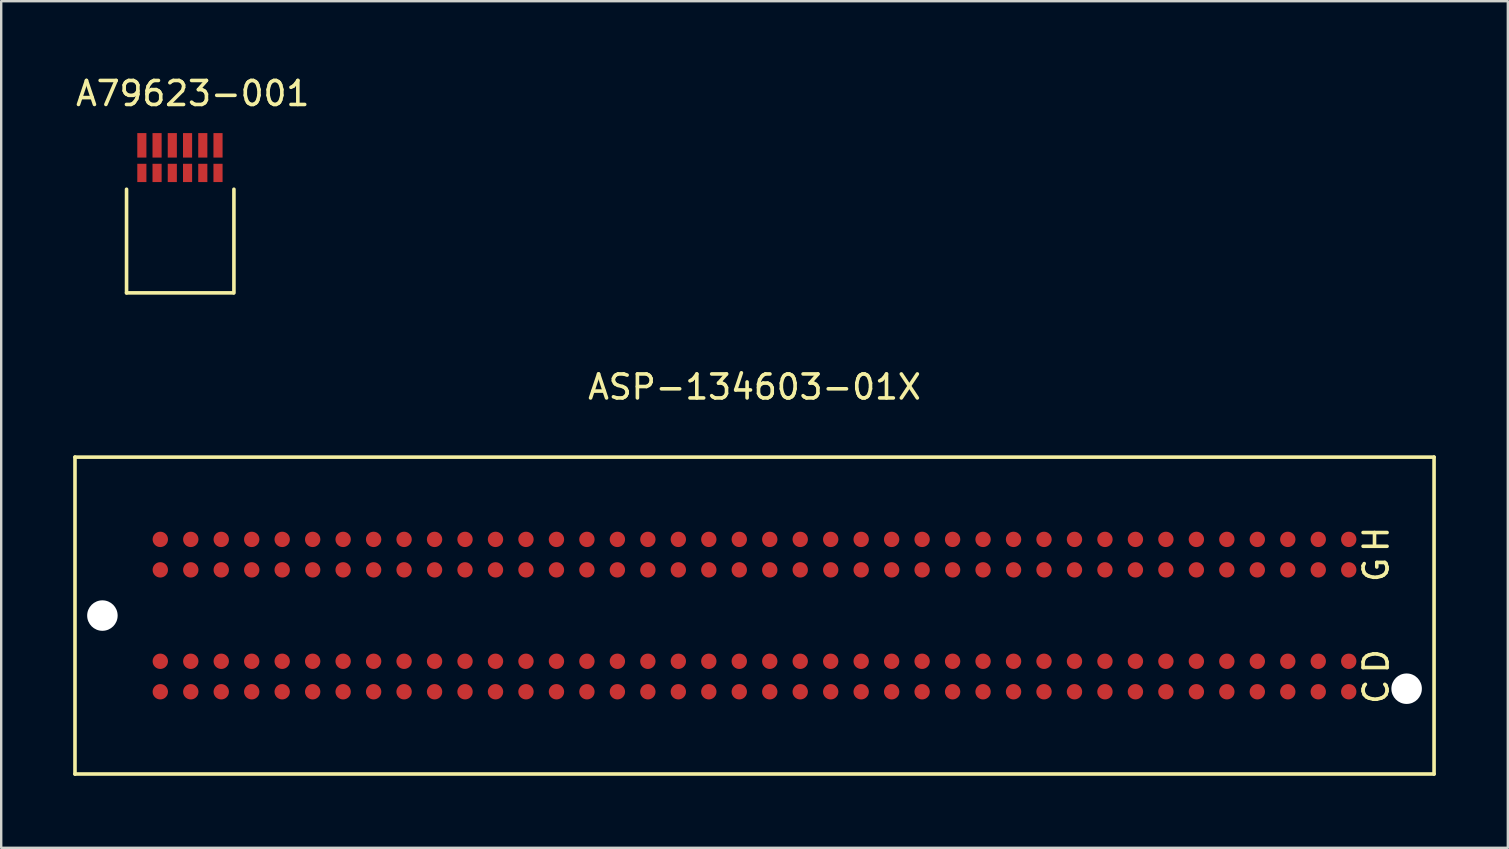
<source format=kicad_pcb>
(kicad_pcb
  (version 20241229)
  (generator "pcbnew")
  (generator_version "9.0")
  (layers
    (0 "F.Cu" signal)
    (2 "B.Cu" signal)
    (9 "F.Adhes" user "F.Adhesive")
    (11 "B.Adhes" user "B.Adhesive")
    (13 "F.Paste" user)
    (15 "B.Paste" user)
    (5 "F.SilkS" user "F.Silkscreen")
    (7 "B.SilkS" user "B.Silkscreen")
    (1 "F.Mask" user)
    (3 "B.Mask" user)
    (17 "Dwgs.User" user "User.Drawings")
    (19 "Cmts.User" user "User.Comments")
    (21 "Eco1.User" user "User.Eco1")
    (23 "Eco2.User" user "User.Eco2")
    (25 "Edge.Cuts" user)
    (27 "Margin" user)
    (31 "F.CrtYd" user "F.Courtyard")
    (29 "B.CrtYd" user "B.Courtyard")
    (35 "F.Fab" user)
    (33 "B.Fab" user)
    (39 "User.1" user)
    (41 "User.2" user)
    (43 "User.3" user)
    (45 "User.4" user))
  (footprint "A79623-001"
    (layer "F.Cu")
    (at 4.449 3.007)
    (property "Reference" "A79623-001" (at 0.533 -2.159 0) (layer "F.SilkS") (effects (font (size 1 1) (thickness 0.15))))
    (attr through_hole)
    (fp_line (start -2.225 6.15) (end -2.225 1.83) (stroke (width 0.15) (type solid)) (layer "F.SilkS"))
    (fp_line (start -2.225 6.15) (end 2.225 6.15) (stroke (width 0.15) (type solid)) (layer "F.SilkS"))
    (fp_line (start 2.25 6.15) (end 2.25 1.83) (stroke (width 0.15) (type solid)) (layer "F.SilkS"))
    (pad "1" smd rect (at -1.587 0) (size 0.38 1.02) (layers "F.Cu" "F.Mask" "F.Paste"))
    (pad "2" smd rect (at -1.587 1.15) (size 0.38 0.762) (layers "F.Cu" "F.Mask" "F.Paste"))
    (pad "3" smd rect (at -0.953 0) (size 0.38 1.02) (layers "F.Cu" "F.Mask" "F.Paste"))
    (pad "4" smd rect (at -0.953 1.15) (size 0.38 0.762) (layers "F.Cu" "F.Mask" "F.Paste"))
    (pad "5" smd rect (at -0.318 0) (size 0.38 1.02) (layers "F.Cu" "F.Mask" "F.Paste"))
    (pad "6" smd rect (at -0.318 1.15) (size 0.38 0.762) (layers "F.Cu" "F.Mask" "F.Paste"))
    (pad "7" smd rect (at 0.318 0) (size 0.38 1.02) (layers "F.Cu" "F.Mask" "F.Paste"))
    (pad "8" smd rect (at 0.318 1.15) (size 0.38 0.762) (layers "F.Cu" "F.Mask" "F.Paste"))
    (pad "9" smd rect (at 0.953 0) (size 0.38 1.02) (layers "F.Cu" "F.Mask" "F.Paste"))
    (pad "10" smd rect (at 0.953 1.15) (size 0.38 0.762) (layers "F.Cu" "F.Mask" "F.Paste"))
    (pad "11" smd rect (at 1.587 0) (size 0.38 1.02) (layers "F.Cu" "F.Mask" "F.Paste"))
    (pad "12" smd rect (at 1.587 1.15) (size 0.38 0.762) (layers "F.Cu" "F.Mask" "F.Paste")))
  (footprint "ASP-134603-01X"
    (layer "F.Cu")
    (at 28.396 22.605)
    (property "Reference" "ASP-134603-01X" (at 0 -9.525 0) (layer "F.SilkS") (effects (font (size 1 1) (thickness 0.15))))
    (attr through_hole)
    (fp_line (start -28.321 -6.604) (end -28.321 6.604) (stroke (width 0.15) (type solid)) (layer "F.SilkS"))
    (fp_line (start -28.321 6.604) (end 28.321 6.604) (stroke (width 0.15) (type solid)) (layer "F.SilkS"))
    (fp_line (start 28.321 -6.604) (end -28.321 -6.604) (stroke (width 0.15) (type solid)) (layer "F.SilkS"))
    (fp_line (start 28.321 6.604) (end 28.321 -6.604) (stroke (width 0.15) (type solid)) (layer "F.SilkS"))
    (fp_text user "G" (at 25.908 -1.905 90) (layer "F.SilkS") (effects (font (size 1 1) (thickness 0.15))))
    (fp_text user "H" (at 25.908 -3.175 90) (layer "F.SilkS") (effects (font (size 1 1) (thickness 0.15))))
    (fp_text user "D" (at 25.908 1.905 90) (layer "F.SilkS") (effects (font (size 1 1) (thickness 0.15))))
    (fp_text user "C" (at 25.908 3.175 90) (layer "F.SilkS") (effects (font (size 1 1) (thickness 0.15))))
    (pad "" np_thru_hole circle (at -27.178 0) (size 1.27 1.27) (drill 1.27) (layers "*.Cu" "*.Mask"))
    (pad "" np_thru_hole circle (at 27.178 3.048) (size 1.27 1.27) (drill 1.27) (layers "*.Cu" "*.Mask"))
    (pad "C1" smd circle (at 24.765 3.175) (size 0.64 0.64) (layers "F.Cu" "F.Mask" "F.Paste"))
    (pad "C2" smd circle (at 23.495 3.175) (size 0.64 0.64) (layers "F.Cu" "F.Mask" "F.Paste"))
    (pad "C3" smd circle (at 22.225 3.175) (size 0.64 0.64) (layers "F.Cu" "F.Mask" "F.Paste"))
    (pad "C4" smd circle (at 20.955 3.175) (size 0.64 0.64) (layers "F.Cu" "F.Mask" "F.Paste"))
    (pad "C5" smd circle (at 19.685 3.175) (size 0.64 0.64) (layers "F.Cu" "F.Mask" "F.Paste"))
    (pad "C6" smd circle (at 18.415 3.175) (size 0.64 0.64) (layers "F.Cu" "F.Mask" "F.Paste"))
    (pad "C7" smd circle (at 17.145 3.175) (size 0.64 0.64) (layers "F.Cu" "F.Mask" "F.Paste"))
    (pad "C8" smd circle (at 15.875 3.175) (size 0.64 0.64) (layers "F.Cu" "F.Mask" "F.Paste"))
    (pad "C9" smd circle (at 14.605 3.175) (size 0.64 0.64) (layers "F.Cu" "F.Mask" "F.Paste"))
    (pad "C10" smd circle (at 13.335 3.175) (size 0.64 0.64) (layers "F.Cu" "F.Mask" "F.Paste"))
    (pad "C11" smd circle (at 12.065 3.175) (size 0.64 0.64) (layers "F.Cu" "F.Mask" "F.Paste"))
    (pad "C12" smd circle (at 10.795 3.175) (size 0.64 0.64) (layers "F.Cu" "F.Mask" "F.Paste"))
    (pad "C13" smd circle (at 9.525 3.175) (size 0.64 0.64) (layers "F.Cu" "F.Mask" "F.Paste"))
    (pad "C14" smd circle (at 8.255 3.175) (size 0.64 0.64) (layers "F.Cu" "F.Mask" "F.Paste"))
    (pad "C15" smd circle (at 6.985 3.175) (size 0.64 0.64) (layers "F.Cu" "F.Mask" "F.Paste"))
    (pad "C16" smd circle (at 5.715 3.175) (size 0.64 0.64) (layers "F.Cu" "F.Mask" "F.Paste"))
    (pad "C17" smd circle (at 4.445 3.175) (size 0.64 0.64) (layers "F.Cu" "F.Mask" "F.Paste"))
    (pad "C18" smd circle (at 3.175 3.175) (size 0.64 0.64) (layers "F.Cu" "F.Mask" "F.Paste"))
    (pad "C19" smd circle (at 1.905 3.175) (size 0.64 0.64) (layers "F.Cu" "F.Mask" "F.Paste"))
    (pad "C20" smd circle (at 0.635 3.175) (size 0.64 0.64) (layers "F.Cu" "F.Mask" "F.Paste"))
    (pad "C21" smd circle (at -0.635 3.175) (size 0.64 0.64) (layers "F.Cu" "F.Mask" "F.Paste"))
    (pad "C22" smd circle (at -1.905 3.175) (size 0.64 0.64) (layers "F.Cu" "F.Mask" "F.Paste"))
    (pad "C23" smd circle (at -3.175 3.175) (size 0.64 0.64) (layers "F.Cu" "F.Mask" "F.Paste"))
    (pad "C24" smd circle (at -4.445 3.175) (size 0.64 0.64) (layers "F.Cu" "F.Mask" "F.Paste"))
    (pad "C25" smd circle (at -5.715 3.175) (size 0.64 0.64) (layers "F.Cu" "F.Mask" "F.Paste"))
    (pad "C26" smd circle (at -6.985 3.175) (size 0.64 0.64) (layers "F.Cu" "F.Mask" "F.Paste"))
    (pad "C27" smd circle (at -8.255 3.175) (size 0.64 0.64) (layers "F.Cu" "F.Mask" "F.Paste"))
    (pad "C28" smd circle (at -9.525 3.175) (size 0.64 0.64) (layers "F.Cu" "F.Mask" "F.Paste"))
    (pad "C29" smd circle (at -10.795 3.175) (size 0.64 0.64) (layers "F.Cu" "F.Mask" "F.Paste"))
    (pad "C30" smd circle (at -12.065 3.175) (size 0.64 0.64) (layers "F.Cu" "F.Mask" "F.Paste"))
    (pad "C31" smd circle (at -13.335 3.175) (size 0.64 0.64) (layers "F.Cu" "F.Mask" "F.Paste"))
    (pad "C32" smd circle (at -14.605 3.175) (size 0.64 0.64) (layers "F.Cu" "F.Mask" "F.Paste"))
    (pad "C33" smd circle (at -15.875 3.175) (size 0.64 0.64) (layers "F.Cu" "F.Mask" "F.Paste"))
    (pad "C34" smd circle (at -17.145 3.175) (size 0.64 0.64) (layers "F.Cu" "F.Mask" "F.Paste"))
    (pad "C35" smd circle (at -18.415 3.175) (size 0.64 0.64) (layers "F.Cu" "F.Mask" "F.Paste"))
    (pad "C36" smd circle (at -19.685 3.175) (size 0.64 0.64) (layers "F.Cu" "F.Mask" "F.Paste"))
    (pad "C37" smd circle (at -20.955 3.175) (size 0.64 0.64) (layers "F.Cu" "F.Mask" "F.Paste"))
    (pad "C38" smd circle (at -22.225 3.175) (size 0.64 0.64) (layers "F.Cu" "F.Mask" "F.Paste"))
    (pad "C39" smd circle (at -23.495 3.175) (size 0.64 0.64) (layers "F.Cu" "F.Mask" "F.Paste"))
    (pad "C40" smd circle (at -24.765 3.175) (size 0.64 0.64) (layers "F.Cu" "F.Mask" "F.Paste"))
    (pad "D1" smd circle (at 24.765 1.905) (size 0.64 0.64) (layers "F.Cu" "F.Mask" "F.Paste"))
    (pad "D2" smd circle (at 23.495 1.905) (size 0.64 0.64) (layers "F.Cu" "F.Mask" "F.Paste"))
    (pad "D3" smd circle (at 22.225 1.905) (size 0.64 0.64) (layers "F.Cu" "F.Mask" "F.Paste"))
    (pad "D4" smd circle (at 20.955 1.905) (size 0.64 0.64) (layers "F.Cu" "F.Mask" "F.Paste"))
    (pad "D5" smd circle (at 19.685 1.905) (size 0.64 0.64) (layers "F.Cu" "F.Mask" "F.Paste"))
    (pad "D6" smd circle (at 18.415 1.905) (size 0.64 0.64) (layers "F.Cu" "F.Mask" "F.Paste"))
    (pad "D7" smd circle (at 17.145 1.905) (size 0.64 0.64) (layers "F.Cu" "F.Mask" "F.Paste"))
    (pad "D8" smd circle (at 15.875 1.905) (size 0.64 0.64) (layers "F.Cu" "F.Mask" "F.Paste"))
    (pad "D9" smd circle (at 14.605 1.905) (size 0.64 0.64) (layers "F.Cu" "F.Mask" "F.Paste"))
    (pad "D10" smd circle (at 13.335 1.905) (size 0.64 0.64) (layers "F.Cu" "F.Mask" "F.Paste"))
    (pad "D11" smd circle (at 12.065 1.905) (size 0.64 0.64) (layers "F.Cu" "F.Mask" "F.Paste"))
    (pad "D12" smd circle (at 10.795 1.905) (size 0.64 0.64) (layers "F.Cu" "F.Mask" "F.Paste"))
    (pad "D13" smd circle (at 9.525 1.905) (size 0.64 0.64) (layers "F.Cu" "F.Mask" "F.Paste"))
    (pad "D14" smd circle (at 8.255 1.905) (size 0.64 0.64) (layers "F.Cu" "F.Mask" "F.Paste"))
    (pad "D15" smd circle (at 6.985 1.905) (size 0.64 0.64) (layers "F.Cu" "F.Mask" "F.Paste"))
    (pad "D16" smd circle (at 5.715 1.905) (size 0.64 0.64) (layers "F.Cu" "F.Mask" "F.Paste"))
    (pad "D17" smd circle (at 4.445 1.905) (size 0.64 0.64) (layers "F.Cu" "F.Mask" "F.Paste"))
    (pad "D18" smd circle (at 3.175 1.905) (size 0.64 0.64) (layers "F.Cu" "F.Mask" "F.Paste"))
    (pad "D19" smd circle (at 1.905 1.905) (size 0.64 0.64) (layers "F.Cu" "F.Mask" "F.Paste"))
    (pad "D20" smd circle (at 0.635 1.905) (size 0.64 0.64) (layers "F.Cu" "F.Mask" "F.Paste"))
    (pad "D21" smd circle (at -0.635 1.905) (size 0.64 0.64) (layers "F.Cu" "F.Mask" "F.Paste"))
    (pad "D22" smd circle (at -1.905 1.905) (size 0.64 0.64) (layers "F.Cu" "F.Mask" "F.Paste"))
    (pad "D23" smd circle (at -3.175 1.905) (size 0.64 0.64) (layers "F.Cu" "F.Mask" "F.Paste"))
    (pad "D24" smd circle (at -4.445 1.905) (size 0.64 0.64) (layers "F.Cu" "F.Mask" "F.Paste"))
    (pad "D25" smd circle (at -5.715 1.905) (size 0.64 0.64) (layers "F.Cu" "F.Mask" "F.Paste"))
    (pad "D26" smd circle (at -6.985 1.905) (size 0.64 0.64) (layers "F.Cu" "F.Mask" "F.Paste"))
    (pad "D27" smd circle (at -8.255 1.905) (size 0.64 0.64) (layers "F.Cu" "F.Mask" "F.Paste"))
    (pad "D28" smd circle (at -9.525 1.905) (size 0.64 0.64) (layers "F.Cu" "F.Mask" "F.Paste"))
    (pad "D29" smd circle (at -10.795 1.905) (size 0.64 0.64) (layers "F.Cu" "F.Mask" "F.Paste"))
    (pad "D30" smd circle (at -12.065 1.905) (size 0.64 0.64) (layers "F.Cu" "F.Mask" "F.Paste"))
    (pad "D31" smd circle (at -13.335 1.905) (size 0.64 0.64) (layers "F.Cu" "F.Mask" "F.Paste"))
    (pad "D32" smd circle (at -14.605 1.905) (size 0.64 0.64) (layers "F.Cu" "F.Mask" "F.Paste"))
    (pad "D33" smd circle (at -15.875 1.905) (size 0.64 0.64) (layers "F.Cu" "F.Mask" "F.Paste"))
    (pad "D34" smd circle (at -17.145 1.905) (size 0.64 0.64) (layers "F.Cu" "F.Mask" "F.Paste"))
    (pad "D35" smd circle (at -18.415 1.905) (size 0.64 0.64) (layers "F.Cu" "F.Mask" "F.Paste"))
    (pad "D36" smd circle (at -19.685 1.905) (size 0.64 0.64) (layers "F.Cu" "F.Mask" "F.Paste"))
    (pad "D37" smd circle (at -20.955 1.905) (size 0.64 0.64) (layers "F.Cu" "F.Mask" "F.Paste"))
    (pad "D38" smd circle (at -22.225 1.905) (size 0.64 0.64) (layers "F.Cu" "F.Mask" "F.Paste"))
    (pad "D39" smd circle (at -23.495 1.905) (size 0.64 0.64) (layers "F.Cu" "F.Mask" "F.Paste"))
    (pad "D40" smd circle (at -24.765 1.905) (size 0.64 0.64) (layers "F.Cu" "F.Mask" "F.Paste"))
    (pad "G1" smd circle (at 24.765 -1.905) (size 0.64 0.64) (layers "F.Cu" "F.Mask" "F.Paste"))
    (pad "G2" smd circle (at 23.495 -1.905) (size 0.64 0.64) (layers "F.Cu" "F.Mask" "F.Paste"))
    (pad "G3" smd circle (at 22.225 -1.905) (size 0.64 0.64) (layers "F.Cu" "F.Mask" "F.Paste"))
    (pad "G4" smd circle (at 20.955 -1.905) (size 0.64 0.64) (layers "F.Cu" "F.Mask" "F.Paste"))
    (pad "G5" smd circle (at 19.685 -1.905) (size 0.64 0.64) (layers "F.Cu" "F.Mask" "F.Paste"))
    (pad "G6" smd circle (at 18.415 -1.905) (size 0.64 0.64) (layers "F.Cu" "F.Mask" "F.Paste"))
    (pad "G7" smd circle (at 17.145 -1.905) (size 0.64 0.64) (layers "F.Cu" "F.Mask" "F.Paste"))
    (pad "G8" smd circle (at 15.875 -1.905) (size 0.64 0.64) (layers "F.Cu" "F.Mask" "F.Paste"))
    (pad "G9" smd circle (at 14.605 -1.905) (size 0.64 0.64) (layers "F.Cu" "F.Mask" "F.Paste"))
    (pad "G10" smd circle (at 13.335 -1.905) (size 0.64 0.64) (layers "F.Cu" "F.Mask" "F.Paste"))
    (pad "G11" smd circle (at 12.065 -1.905) (size 0.64 0.64) (layers "F.Cu" "F.Mask" "F.Paste"))
    (pad "G12" smd circle (at 10.795 -1.905) (size 0.64 0.64) (layers "F.Cu" "F.Mask" "F.Paste"))
    (pad "G13" smd circle (at 9.525 -1.905) (size 0.64 0.64) (layers "F.Cu" "F.Mask" "F.Paste"))
    (pad "G14" smd circle (at 8.255 -1.905) (size 0.64 0.64) (layers "F.Cu" "F.Mask" "F.Paste"))
    (pad "G15" smd circle (at 6.985 -1.905) (size 0.64 0.64) (layers "F.Cu" "F.Mask" "F.Paste"))
    (pad "G16" smd circle (at 5.715 -1.905) (size 0.64 0.64) (layers "F.Cu" "F.Mask" "F.Paste"))
    (pad "G17" smd circle (at 4.445 -1.905) (size 0.64 0.64) (layers "F.Cu" "F.Mask" "F.Paste"))
    (pad "G18" smd circle (at 3.175 -1.905) (size 0.64 0.64) (layers "F.Cu" "F.Mask" "F.Paste"))
    (pad "G19" smd circle (at 1.905 -1.905) (size 0.64 0.64) (layers "F.Cu" "F.Mask" "F.Paste"))
    (pad "G20" smd circle (at 0.635 -1.905) (size 0.64 0.64) (layers "F.Cu" "F.Mask" "F.Paste"))
    (pad "G21" smd circle (at -0.635 -1.905) (size 0.64 0.64) (layers "F.Cu" "F.Mask" "F.Paste"))
    (pad "G22" smd circle (at -1.905 -1.905) (size 0.64 0.64) (layers "F.Cu" "F.Mask" "F.Paste"))
    (pad "G23" smd circle (at -3.175 -1.905) (size 0.64 0.64) (layers "F.Cu" "F.Mask" "F.Paste"))
    (pad "G24" smd circle (at -4.445 -1.905) (size 0.64 0.64) (layers "F.Cu" "F.Mask" "F.Paste"))
    (pad "G25" smd circle (at -5.715 -1.905) (size 0.64 0.64) (layers "F.Cu" "F.Mask" "F.Paste"))
    (pad "G26" smd circle (at -6.985 -1.905) (size 0.64 0.64) (layers "F.Cu" "F.Mask" "F.Paste"))
    (pad "G27" smd circle (at -8.255 -1.905) (size 0.64 0.64) (layers "F.Cu" "F.Mask" "F.Paste"))
    (pad "G28" smd circle (at -9.525 -1.905) (size 0.64 0.64) (layers "F.Cu" "F.Mask" "F.Paste"))
    (pad "G29" smd circle (at -10.795 -1.905) (size 0.64 0.64) (layers "F.Cu" "F.Mask" "F.Paste"))
    (pad "G30" smd circle (at -12.065 -1.905) (size 0.64 0.64) (layers "F.Cu" "F.Mask" "F.Paste"))
    (pad "G31" smd circle (at -13.335 -1.905) (size 0.64 0.64) (layers "F.Cu" "F.Mask" "F.Paste"))
    (pad "G32" smd circle (at -14.605 -1.905) (size 0.64 0.64) (layers "F.Cu" "F.Mask" "F.Paste"))
    (pad "G33" smd circle (at -15.875 -1.905) (size 0.64 0.64) (layers "F.Cu" "F.Mask" "F.Paste"))
    (pad "G34" smd circle (at -17.145 -1.905) (size 0.64 0.64) (layers "F.Cu" "F.Mask" "F.Paste"))
    (pad "G35" smd circle (at -18.415 -1.905) (size 0.64 0.64) (layers "F.Cu" "F.Mask" "F.Paste"))
    (pad "G36" smd circle (at -19.685 -1.905) (size 0.64 0.64) (layers "F.Cu" "F.Mask" "F.Paste"))
    (pad "G37" smd circle (at -20.955 -1.905) (size 0.64 0.64) (layers "F.Cu" "F.Mask" "F.Paste"))
    (pad "G38" smd circle (at -22.225 -1.905) (size 0.64 0.64) (layers "F.Cu" "F.Mask" "F.Paste"))
    (pad "G39" smd circle (at -23.495 -1.905) (size 0.64 0.64) (layers "F.Cu" "F.Mask" "F.Paste"))
    (pad "G40" smd circle (at -24.765 -1.905) (size 0.64 0.64) (layers "F.Cu" "F.Mask" "F.Paste"))
    (pad "H1" smd circle (at 24.765 -3.175) (size 0.64 0.64) (layers "F.Cu" "F.Mask" "F.Paste"))
    (pad "H2" smd circle (at 23.495 -3.175) (size 0.64 0.64) (layers "F.Cu" "F.Mask" "F.Paste"))
    (pad "H3" smd circle (at 22.225 -3.175) (size 0.64 0.64) (layers "F.Cu" "F.Mask" "F.Paste"))
    (pad "H4" smd circle (at 20.955 -3.175) (size 0.64 0.64) (layers "F.Cu" "F.Mask" "F.Paste"))
    (pad "H5" smd circle (at 19.685 -3.175) (size 0.64 0.64) (layers "F.Cu" "F.Mask" "F.Paste"))
    (pad "H6" smd circle (at 18.415 -3.175) (size 0.64 0.64) (layers "F.Cu" "F.Mask" "F.Paste"))
    (pad "H7" smd circle (at 17.145 -3.175) (size 0.64 0.64) (layers "F.Cu" "F.Mask" "F.Paste"))
    (pad "H8" smd circle (at 15.875 -3.175) (size 0.64 0.64) (layers "F.Cu" "F.Mask" "F.Paste"))
    (pad "H9" smd circle (at 14.605 -3.175) (size 0.64 0.64) (layers "F.Cu" "F.Mask" "F.Paste"))
    (pad "H10" smd circle (at 13.335 -3.175) (size 0.64 0.64) (layers "F.Cu" "F.Mask" "F.Paste"))
    (pad "H11" smd circle (at 12.065 -3.175) (size 0.64 0.64) (layers "F.Cu" "F.Mask" "F.Paste"))
    (pad "H12" smd circle (at 10.795 -3.175) (size 0.64 0.64) (layers "F.Cu" "F.Mask" "F.Paste"))
    (pad "H13" smd circle (at 9.525 -3.175) (size 0.64 0.64) (layers "F.Cu" "F.Mask" "F.Paste"))
    (pad "H14" smd circle (at 8.255 -3.175) (size 0.64 0.64) (layers "F.Cu" "F.Mask" "F.Paste"))
    (pad "H15" smd circle (at 6.985 -3.175) (size 0.64 0.64) (layers "F.Cu" "F.Mask" "F.Paste"))
    (pad "H16" smd circle (at 5.715 -3.175) (size 0.64 0.64) (layers "F.Cu" "F.Mask" "F.Paste"))
    (pad "H17" smd circle (at 4.445 -3.175) (size 0.64 0.64) (layers "F.Cu" "F.Mask" "F.Paste"))
    (pad "H18" smd circle (at 3.175 -3.175) (size 0.64 0.64) (layers "F.Cu" "F.Mask" "F.Paste"))
    (pad "H19" smd circle (at 1.905 -3.175) (size 0.64 0.64) (layers "F.Cu" "F.Mask" "F.Paste"))
    (pad "H20" smd circle (at 0.635 -3.175) (size 0.64 0.64) (layers "F.Cu" "F.Mask" "F.Paste"))
    (pad "H21" smd circle (at -0.635 -3.175) (size 0.64 0.64) (layers "F.Cu" "F.Mask" "F.Paste"))
    (pad "H22" smd circle (at -1.905 -3.175) (size 0.64 0.64) (layers "F.Cu" "F.Mask" "F.Paste"))
    (pad "H23" smd circle (at -3.175 -3.175) (size 0.64 0.64) (layers "F.Cu" "F.Mask" "F.Paste"))
    (pad "H24" smd circle (at -4.445 -3.175) (size 0.64 0.64) (layers "F.Cu" "F.Mask" "F.Paste"))
    (pad "H25" smd circle (at -5.715 -3.175) (size 0.64 0.64) (layers "F.Cu" "F.Mask" "F.Paste"))
    (pad "H26" smd circle (at -6.985 -3.175) (size 0.64 0.64) (layers "F.Cu" "F.Mask" "F.Paste"))
    (pad "H27" smd circle (at -8.255 -3.175) (size 0.64 0.64) (layers "F.Cu" "F.Mask" "F.Paste"))
    (pad "H28" smd circle (at -9.525 -3.175) (size 0.64 0.64) (layers "F.Cu" "F.Mask" "F.Paste"))
    (pad "H29" smd circle (at -10.795 -3.175) (size 0.64 0.64) (layers "F.Cu" "F.Mask" "F.Paste"))
    (pad "H30" smd circle (at -12.065 -3.175) (size 0.64 0.64) (layers "F.Cu" "F.Mask" "F.Paste"))
    (pad "H31" smd circle (at -13.335 -3.175) (size 0.64 0.64) (layers "F.Cu" "F.Mask" "F.Paste"))
    (pad "H32" smd circle (at -14.605 -3.175) (size 0.64 0.64) (layers "F.Cu" "F.Mask" "F.Paste"))
    (pad "H33" smd circle (at -15.875 -3.175) (size 0.64 0.64) (layers "F.Cu" "F.Mask" "F.Paste"))
    (pad "H34" smd circle (at -17.145 -3.175) (size 0.64 0.64) (layers "F.Cu" "F.Mask" "F.Paste"))
    (pad "H35" smd circle (at -18.415 -3.175) (size 0.64 0.64) (layers "F.Cu" "F.Mask" "F.Paste"))
    (pad "H36" smd circle (at -19.685 -3.175) (size 0.64 0.64) (layers "F.Cu" "F.Mask" "F.Paste"))
    (pad "H37" smd circle (at -20.955 -3.175) (size 0.64 0.64) (layers "F.Cu" "F.Mask" "F.Paste"))
    (pad "H38" smd circle (at -22.225 -3.175) (size 0.64 0.64) (layers "F.Cu" "F.Mask" "F.Paste"))
    (pad "H39" smd circle (at -23.495 -3.175) (size 0.64 0.64) (layers "F.Cu" "F.Mask" "F.Paste"))
    (pad "H40" smd circle (at -24.765 -3.175) (size 0.64 0.64) (layers "F.Cu" "F.Mask" "F.Paste")))
  (gr_rect
    (start -3 -3)
    (end 59.792 32.285)
    (stroke (width 0.1) (type default))
    (fill no)
    (layer "Edge.Cuts")))
</source>
